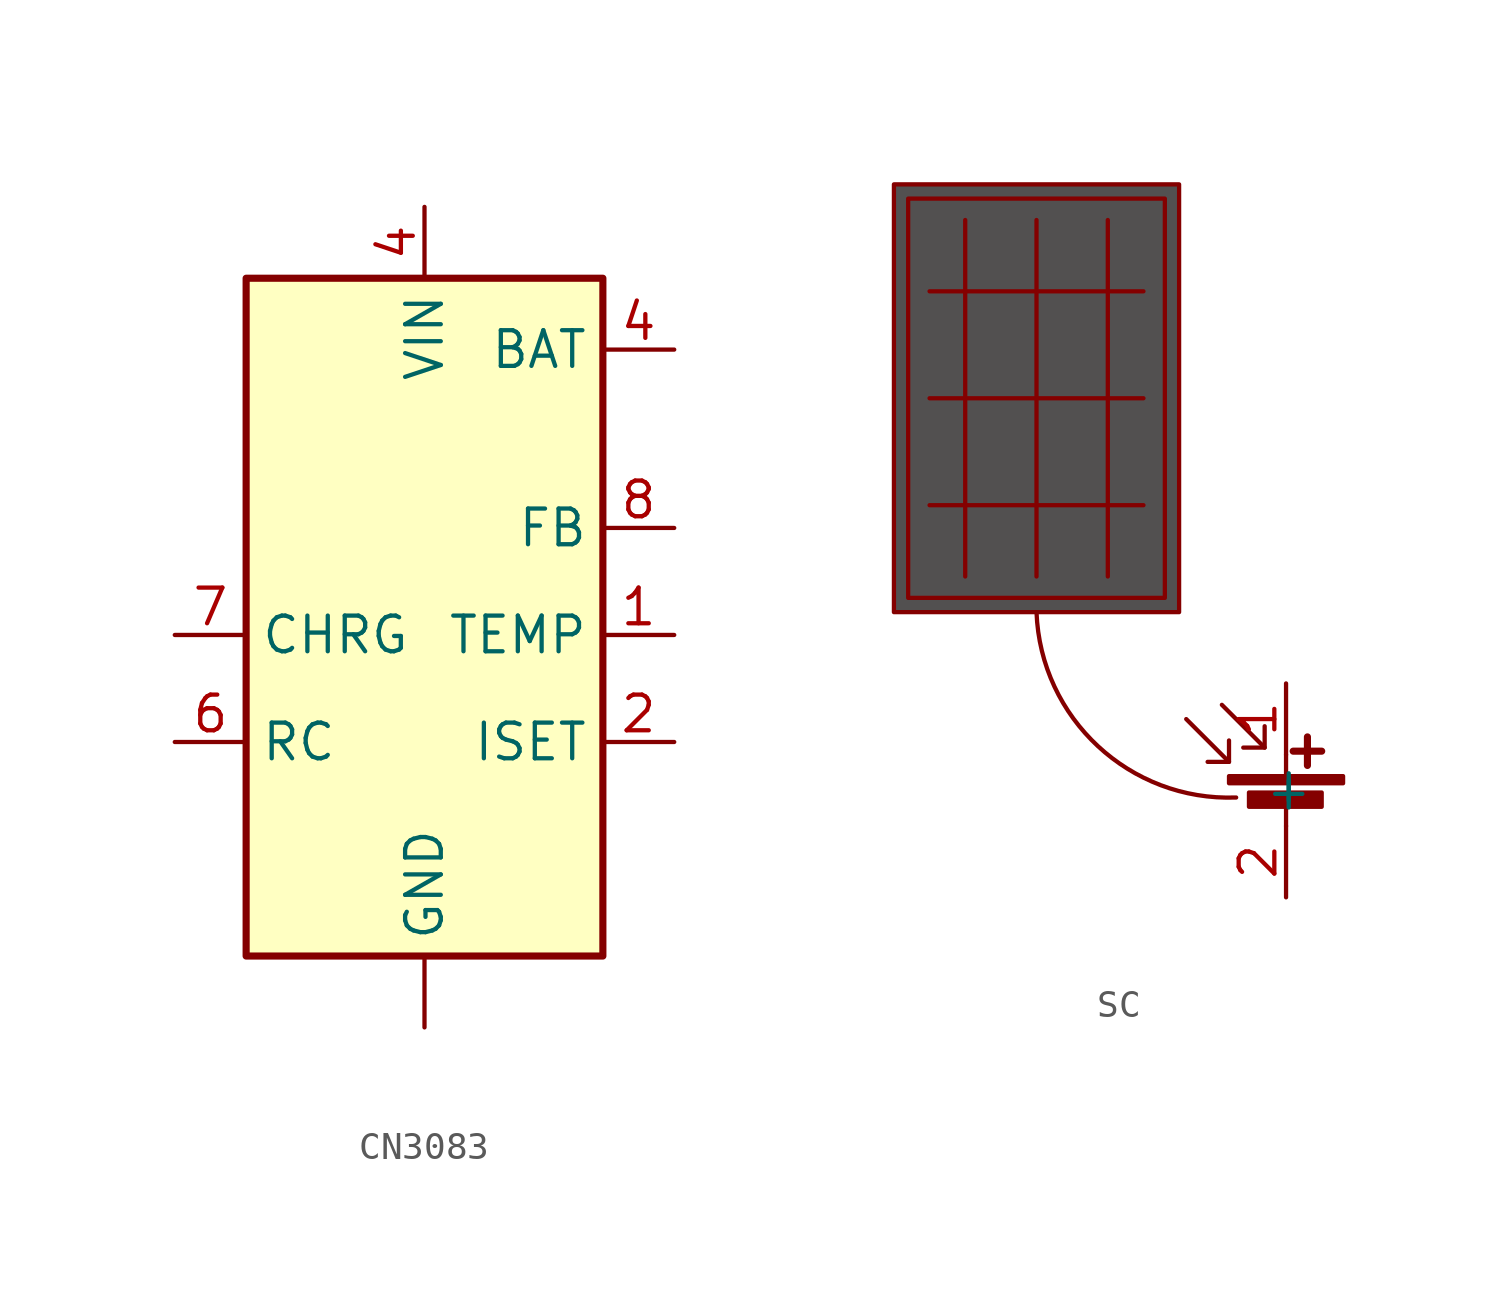
<source format=kicad_sym>
(kicad_symbol_lib
  (version 20241209)
  (generator "kicad_symbol_editor")
  (generator_version "9.0")
  (symbol "CN3083"
    (property "Reference" "U"
      (at 7.112 14.224 0)
      (effects (font (size 1.27 1.27)) (hide yes)))
    (property "Value" ""
      (at 0 0 0)
      (effects (font (size 1.27 1.27))))
    (symbol "CN3083_1_1"
      (rectangle (start -6.35 8.89) (end 6.35 -15.24) (stroke (width 0.254) (type solid)) (fill (type background)))
      (pin passive line (at -8.89 -3.81 0) (length 2.54) (name "CHRG" (effects (font (size 1.27 1.27)))) (number "7" (effects (font (size 1.27 1.27)))))
      (pin passive line (at -8.89 -7.62 0) (length 2.54) (name "RC" (effects (font (size 1.27 1.27)))) (number "6" (effects (font (size 1.27 1.27)))))
      (pin power_in line (at 0 11.43 270) (length 2.54) (name "VIN" (effects (font (size 1.27 1.27)))) (number "4" (effects (font (size 1.27 1.27)))))
      (pin power_in line (at 0 -17.78 90) (length 2.54) (name "GND" (effects (font (size 1.27 1.27)))) (number "" (effects (font (size 1.27 1.27)))))
      (pin input line (at 8.89 6.35 180) (length 2.54) (name "BAT" (effects (font (size 1.27 1.27)))) (number "4" (effects (font (size 1.27 1.27)))))
      (pin power_in line (at 8.89 0 180) (length 2.54) (name "FB" (effects (font (size 1.27 1.27)))) (number "8" (effects (font (size 1.27 1.27)))))
      (pin passive line (at 8.89 -3.81 180) (length 2.54) (name "TEMP" (effects (font (size 1.27 1.27)))) (number "1" (effects (font (size 1.27 1.27)))))
      (pin passive line (at 8.89 -7.62 180) (length 2.54) (name "ISET" (effects (font (size 1.27 1.27)))) (number "2" (effects (font (size 1.27 1.27)))))))
  (symbol "SC"
    (property "Reference" "U"
      (at 0 0 0)
      (effects (font (size 1.27 1.27)) (hide yes)))
    (property "Value" ""
      (at 0 0 0)
      (effects (font (size 1.27 1.27))))
    (symbol "SC_0_1"
      (polyline (pts (xy -11.43 20.32) (xy -11.43 7.62)) (stroke (width 0) (type default)) (fill (type none)))
      (polyline (pts (xy -8.89 20.32) (xy -8.89 7.62)) (stroke (width 0) (type default)) (fill (type none)))
      (polyline (pts (xy -2.032 1.778) (xy -2.032 1.016) (xy -2.794 1.016)) (stroke (width 0) (type default)) (fill (type none)))
      (polyline (pts (xy -2.032 1.016) (xy -3.556 2.54)) (stroke (width 0) (type default)) (fill (type none)))
      (rectangle (start -2.032 0.508) (end 2.032 0.254) (stroke (width 0) (type default)) (fill (type outline)))
      (rectangle (start -1.321 -0.076) (end 1.27 -0.584) (stroke (width 0) (type default)) (fill (type outline)))
      (polyline (pts (xy -0.762 2.286) (xy -0.762 1.524) (xy -1.524 1.524)) (stroke (width 0) (type default)) (fill (type none)))
      (polyline (pts (xy -0.762 1.524) (xy -2.286 3.048)) (stroke (width 0) (type default)) (fill (type none)))
      (polyline (pts (xy 0 0.508) (xy 0 1.27)) (stroke (width 0) (type default)) (fill (type none)))
      (polyline (pts (xy 0 -0.508) (xy 0 -1.27)) (stroke (width 0) (type default)) (fill (type none)))
      (polyline (pts (xy 0.254 1.397) (xy 1.27 1.397)) (stroke (width 0.254) (type default)) (fill (type none)))
      (polyline (pts (xy 0.762 1.905) (xy 0.762 0.889)) (stroke (width 0.254) (type default)) (fill (type none))))
    (symbol "SC_1_1"
      (rectangle (start -13.97 21.59) (end -3.81 6.35) (stroke (width 0) (type solid)) (fill (type color) (color 82 80 80 1)))
      (rectangle (start -13.462 21.082) (end -4.318 6.858) (stroke (width 0) (type default)) (fill (type none)))
      (polyline (pts (xy -12.7 17.78) (xy -5.08 17.78)) (stroke (width 0) (type default)) (fill (type none)))
      (polyline (pts (xy -12.7 13.97) (xy -5.08 13.97)) (stroke (width 0) (type default)) (fill (type none)))
      (polyline (pts (xy -12.7 10.16) (xy -5.08 10.16)) (stroke (width 0) (type default)) (fill (type none)))
      (polyline (pts (xy -6.35 20.32) (xy -6.35 7.62)) (stroke (width 0) (type solid)) (fill (type none)))
      (arc (start -1.778 -0.254) (mid -6.7017 1.5751) (end -8.89 6.35) (stroke (width 0) (type default)) (fill (type none)))
      (pin passive line (at 0 3.81 270) (length 2.54) (name "+" (effects (font (size 1.27 1.27)))) (number "1" (effects (font (size 1.27 1.27)))))
      (pin passive line (at 0 -3.81 90) (length 2.54) (name "-" (effects (font (size 1.27 1.27)))) (number "2" (effects (font (size 1.27 1.27))))))))
</source>
